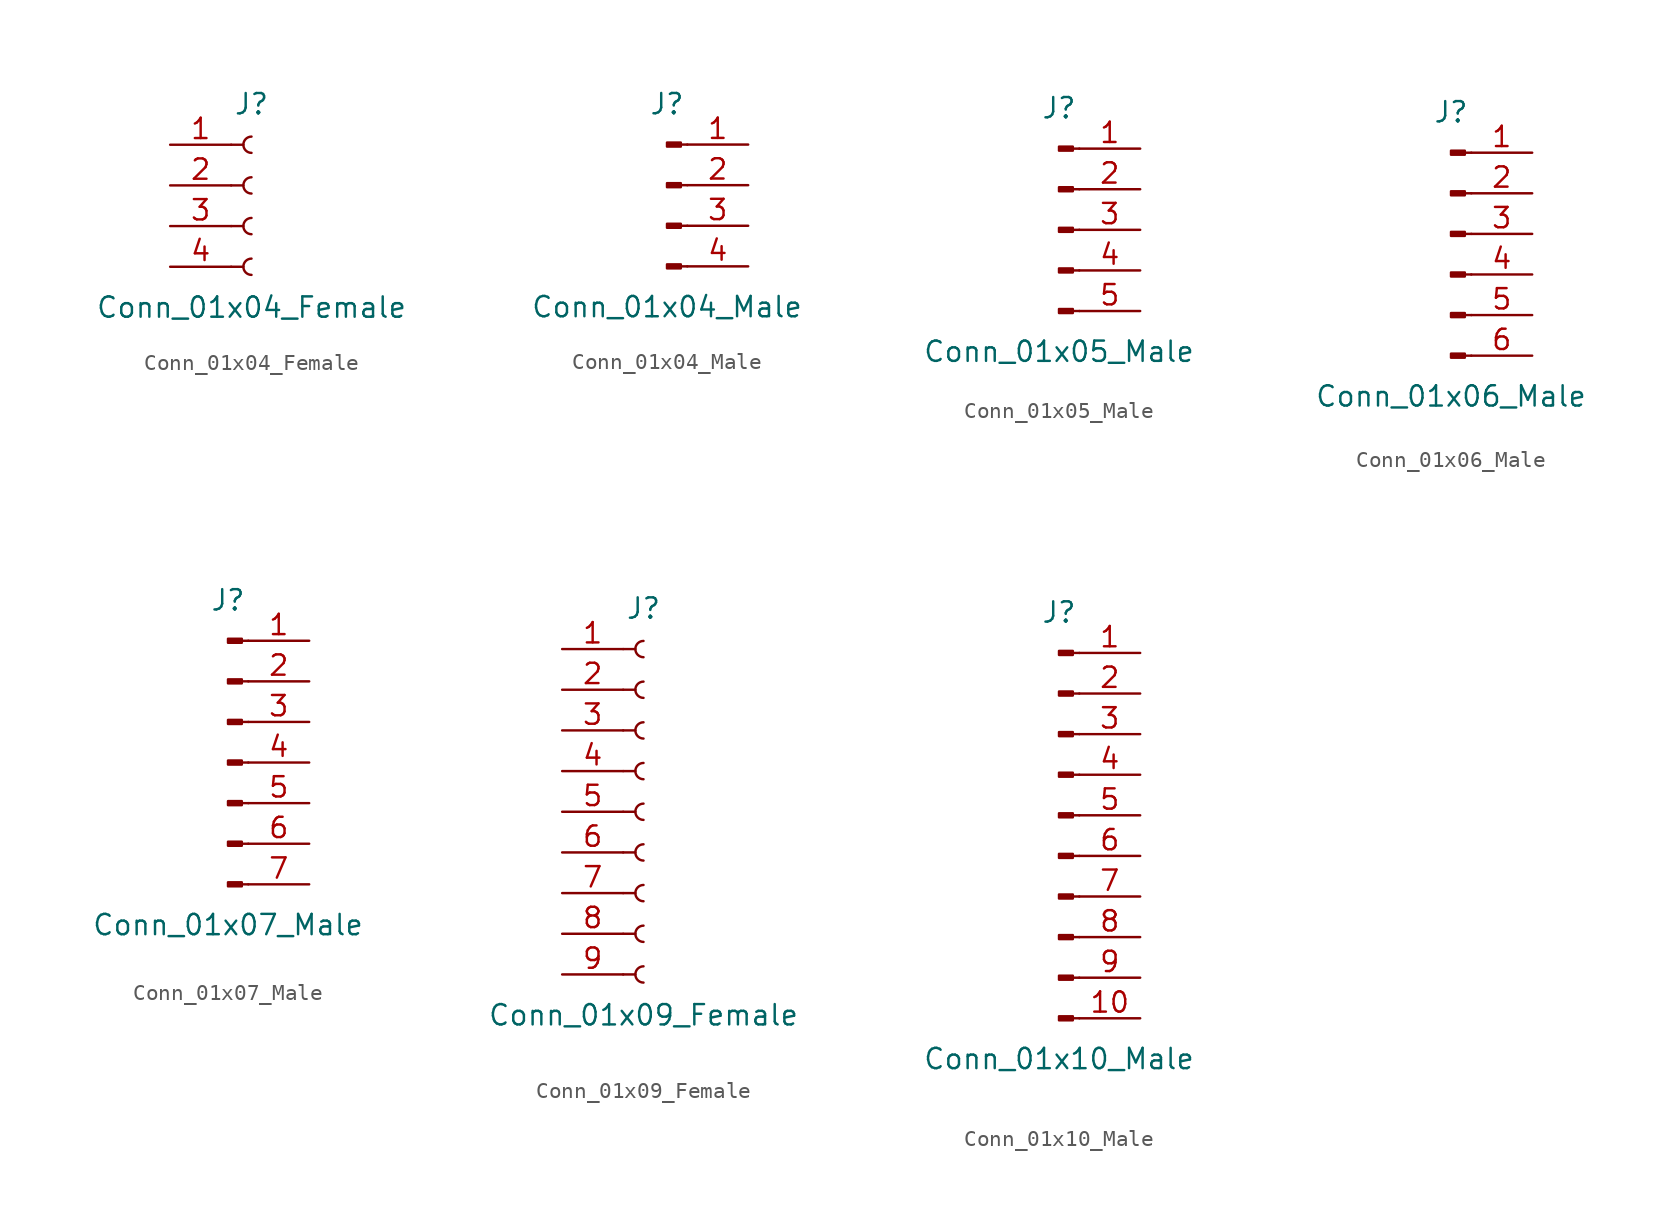
<source format=kicad_sym>
(kicad_symbol_lib
  (version 20201005)
  (generator kicad_symbol_editor)
  (symbol "Conn_01x04_Female"
    (pin_names
      (offset 1.016) hide)
    (property "Reference" "J"
      (at 0 5.08 0)
      (effects (font (size 1.27 1.27))))
    (property "Value" "Conn_01x04_Female"
      (at 0 -7.62 0)
      (effects (font (size 1.27 1.27))))
    (symbol "Conn_01x04_Female_1_1"
      (arc (start 0 -4.572) (end 0 -5.588) (radius (at 0 -5.08) (length 0.508) (angles 90.1 -90.1)) (stroke (width 0.1524)) (fill (type none)))
      (arc (start 0 -2.032) (end 0 -3.048) (radius (at 0 -2.54) (length 0.508) (angles 90.1 -90.1)) (stroke (width 0.1524)) (fill (type none)))
      (arc (start 0 0.508) (end 0 -0.508) (radius (at 0 0) (length 0.508) (angles 90.1 -90.1)) (stroke (width 0.1524)) (fill (type none)))
      (arc (start 0 3.048) (end 0 2.032) (radius (at 0 2.54) (length 0.508) (angles 90.1 -90.1)) (stroke (width 0.1524)) (fill (type none)))
      (polyline (pts (xy -1.27 -5.08) (xy -0.508 -5.08)) (stroke (width 0.152)) (fill (type none)))
      (polyline (pts (xy -1.27 -2.54) (xy -0.508 -2.54)) (stroke (width 0.152)) (fill (type none)))
      (polyline (pts (xy -1.27 0) (xy -0.508 0)) (stroke (width 0.152)) (fill (type none)))
      (polyline (pts (xy -1.27 2.54) (xy -0.508 2.54)) (stroke (width 0.152)) (fill (type none)))
      (pin passive line (at -5.08 2.54 0) (length 3.81) (name "Pin_1" (effects (font (size 1.27 1.27)))) (number "1" (effects (font (size 1.27 1.27)))))
      (pin passive line (at -5.08 0 0) (length 3.81) (name "Pin_2" (effects (font (size 1.27 1.27)))) (number "2" (effects (font (size 1.27 1.27)))))
      (pin passive line (at -5.08 -2.54 0) (length 3.81) (name "Pin_3" (effects (font (size 1.27 1.27)))) (number "3" (effects (font (size 1.27 1.27)))))
      (pin passive line (at -5.08 -5.08 0) (length 3.81) (name "Pin_4" (effects (font (size 1.27 1.27)))) (number "4" (effects (font (size 1.27 1.27)))))))
  (symbol "Conn_01x04_Male"
    (pin_names
      (offset 1.016) hide)
    (property "Reference" "J"
      (at 0 5.08 0)
      (effects (font (size 1.27 1.27))))
    (property "Value" "Conn_01x04_Male"
      (at 0 -7.62 0)
      (effects (font (size 1.27 1.27))))
    (symbol "Conn_01x04_Male_1_1"
      (rectangle (start 0.864 -4.953) (end 0 -5.207) (stroke (width 0.152)) (fill (type outline)))
      (rectangle (start 0.864 -2.413) (end 0 -2.667) (stroke (width 0.152)) (fill (type outline)))
      (rectangle (start 0.864 0.127) (end 0 -0.127) (stroke (width 0.152)) (fill (type outline)))
      (rectangle (start 0.864 2.667) (end 0 2.413) (stroke (width 0.152)) (fill (type outline)))
      (polyline (pts (xy 1.27 -5.08) (xy 0.864 -5.08)) (stroke (width 0.152)) (fill (type none)))
      (polyline (pts (xy 1.27 -2.54) (xy 0.864 -2.54)) (stroke (width 0.152)) (fill (type none)))
      (polyline (pts (xy 1.27 0) (xy 0.864 0)) (stroke (width 0.152)) (fill (type none)))
      (polyline (pts (xy 1.27 2.54) (xy 0.864 2.54)) (stroke (width 0.152)) (fill (type none)))
      (pin passive line (at 5.08 2.54 180) (length 3.81) (name "Pin_1" (effects (font (size 1.27 1.27)))) (number "1" (effects (font (size 1.27 1.27)))))
      (pin passive line (at 5.08 0 180) (length 3.81) (name "Pin_2" (effects (font (size 1.27 1.27)))) (number "2" (effects (font (size 1.27 1.27)))))
      (pin passive line (at 5.08 -2.54 180) (length 3.81) (name "Pin_3" (effects (font (size 1.27 1.27)))) (number "3" (effects (font (size 1.27 1.27)))))
      (pin passive line (at 5.08 -5.08 180) (length 3.81) (name "Pin_4" (effects (font (size 1.27 1.27)))) (number "4" (effects (font (size 1.27 1.27)))))))
  (symbol "Conn_01x05_Male"
    (pin_names
      (offset 1.016) hide)
    (property "Reference" "J"
      (at 0 7.62 0)
      (effects (font (size 1.27 1.27))))
    (property "Value" "Conn_01x05_Male"
      (at 0 -7.62 0)
      (effects (font (size 1.27 1.27))))
    (symbol "Conn_01x05_Male_1_1"
      (rectangle (start 0.864 -4.953) (end 0 -5.207) (stroke (width 0.152)) (fill (type outline)))
      (rectangle (start 0.864 -2.413) (end 0 -2.667) (stroke (width 0.152)) (fill (type outline)))
      (rectangle (start 0.864 0.127) (end 0 -0.127) (stroke (width 0.152)) (fill (type outline)))
      (rectangle (start 0.864 2.667) (end 0 2.413) (stroke (width 0.152)) (fill (type outline)))
      (rectangle (start 0.864 5.207) (end 0 4.953) (stroke (width 0.152)) (fill (type outline)))
      (polyline (pts (xy 1.27 -5.08) (xy 0.864 -5.08)) (stroke (width 0.152)) (fill (type none)))
      (polyline (pts (xy 1.27 -2.54) (xy 0.864 -2.54)) (stroke (width 0.152)) (fill (type none)))
      (polyline (pts (xy 1.27 0) (xy 0.864 0)) (stroke (width 0.152)) (fill (type none)))
      (polyline (pts (xy 1.27 2.54) (xy 0.864 2.54)) (stroke (width 0.152)) (fill (type none)))
      (polyline (pts (xy 1.27 5.08) (xy 0.864 5.08)) (stroke (width 0.152)) (fill (type none)))
      (pin passive line (at 5.08 5.08 180) (length 3.81) (name "Pin_1" (effects (font (size 1.27 1.27)))) (number "1" (effects (font (size 1.27 1.27)))))
      (pin passive line (at 5.08 2.54 180) (length 3.81) (name "Pin_2" (effects (font (size 1.27 1.27)))) (number "2" (effects (font (size 1.27 1.27)))))
      (pin passive line (at 5.08 0 180) (length 3.81) (name "Pin_3" (effects (font (size 1.27 1.27)))) (number "3" (effects (font (size 1.27 1.27)))))
      (pin passive line (at 5.08 -2.54 180) (length 3.81) (name "Pin_4" (effects (font (size 1.27 1.27)))) (number "4" (effects (font (size 1.27 1.27)))))
      (pin passive line (at 5.08 -5.08 180) (length 3.81) (name "Pin_5" (effects (font (size 1.27 1.27)))) (number "5" (effects (font (size 1.27 1.27)))))))
  (symbol "Conn_01x06_Male"
    (pin_names
      (offset 1.016) hide)
    (property "Reference" "J"
      (at 0 7.62 0)
      (effects (font (size 1.27 1.27))))
    (property "Value" "Conn_01x06_Male"
      (at 0 -10.16 0)
      (effects (font (size 1.27 1.27))))
    (symbol "Conn_01x06_Male_1_1"
      (rectangle (start 0.864 -7.493) (end 0 -7.747) (stroke (width 0.152)) (fill (type outline)))
      (rectangle (start 0.864 -4.953) (end 0 -5.207) (stroke (width 0.152)) (fill (type outline)))
      (rectangle (start 0.864 -2.413) (end 0 -2.667) (stroke (width 0.152)) (fill (type outline)))
      (rectangle (start 0.864 0.127) (end 0 -0.127) (stroke (width 0.152)) (fill (type outline)))
      (rectangle (start 0.864 2.667) (end 0 2.413) (stroke (width 0.152)) (fill (type outline)))
      (rectangle (start 0.864 5.207) (end 0 4.953) (stroke (width 0.152)) (fill (type outline)))
      (polyline (pts (xy 1.27 -7.62) (xy 0.864 -7.62)) (stroke (width 0.152)) (fill (type none)))
      (polyline (pts (xy 1.27 -5.08) (xy 0.864 -5.08)) (stroke (width 0.152)) (fill (type none)))
      (polyline (pts (xy 1.27 -2.54) (xy 0.864 -2.54)) (stroke (width 0.152)) (fill (type none)))
      (polyline (pts (xy 1.27 0) (xy 0.864 0)) (stroke (width 0.152)) (fill (type none)))
      (polyline (pts (xy 1.27 2.54) (xy 0.864 2.54)) (stroke (width 0.152)) (fill (type none)))
      (polyline (pts (xy 1.27 5.08) (xy 0.864 5.08)) (stroke (width 0.152)) (fill (type none)))
      (pin passive line (at 5.08 5.08 180) (length 3.81) (name "Pin_1" (effects (font (size 1.27 1.27)))) (number "1" (effects (font (size 1.27 1.27)))))
      (pin passive line (at 5.08 2.54 180) (length 3.81) (name "Pin_2" (effects (font (size 1.27 1.27)))) (number "2" (effects (font (size 1.27 1.27)))))
      (pin passive line (at 5.08 0 180) (length 3.81) (name "Pin_3" (effects (font (size 1.27 1.27)))) (number "3" (effects (font (size 1.27 1.27)))))
      (pin passive line (at 5.08 -2.54 180) (length 3.81) (name "Pin_4" (effects (font (size 1.27 1.27)))) (number "4" (effects (font (size 1.27 1.27)))))
      (pin passive line (at 5.08 -5.08 180) (length 3.81) (name "Pin_5" (effects (font (size 1.27 1.27)))) (number "5" (effects (font (size 1.27 1.27)))))
      (pin passive line (at 5.08 -7.62 180) (length 3.81) (name "Pin_6" (effects (font (size 1.27 1.27)))) (number "6" (effects (font (size 1.27 1.27)))))))
  (symbol "Conn_01x07_Male"
    (pin_names
      (offset 1.016) hide)
    (property "Reference" "J"
      (at 0 10.16 0)
      (effects (font (size 1.27 1.27))))
    (property "Value" "Conn_01x07_Male"
      (at 0 -10.16 0)
      (effects (font (size 1.27 1.27))))
    (symbol "Conn_01x07_Male_1_1"
      (rectangle (start 0.864 -7.493) (end 0 -7.747) (stroke (width 0.152)) (fill (type outline)))
      (rectangle (start 0.864 -4.953) (end 0 -5.207) (stroke (width 0.152)) (fill (type outline)))
      (rectangle (start 0.864 -2.413) (end 0 -2.667) (stroke (width 0.152)) (fill (type outline)))
      (rectangle (start 0.864 0.127) (end 0 -0.127) (stroke (width 0.152)) (fill (type outline)))
      (rectangle (start 0.864 2.667) (end 0 2.413) (stroke (width 0.152)) (fill (type outline)))
      (rectangle (start 0.864 5.207) (end 0 4.953) (stroke (width 0.152)) (fill (type outline)))
      (rectangle (start 0.864 7.747) (end 0 7.493) (stroke (width 0.152)) (fill (type outline)))
      (polyline (pts (xy 1.27 -7.62) (xy 0.864 -7.62)) (stroke (width 0.152)) (fill (type none)))
      (polyline (pts (xy 1.27 -5.08) (xy 0.864 -5.08)) (stroke (width 0.152)) (fill (type none)))
      (polyline (pts (xy 1.27 -2.54) (xy 0.864 -2.54)) (stroke (width 0.152)) (fill (type none)))
      (polyline (pts (xy 1.27 0) (xy 0.864 0)) (stroke (width 0.152)) (fill (type none)))
      (polyline (pts (xy 1.27 2.54) (xy 0.864 2.54)) (stroke (width 0.152)) (fill (type none)))
      (polyline (pts (xy 1.27 5.08) (xy 0.864 5.08)) (stroke (width 0.152)) (fill (type none)))
      (polyline (pts (xy 1.27 7.62) (xy 0.864 7.62)) (stroke (width 0.152)) (fill (type none)))
      (pin passive line (at 5.08 7.62 180) (length 3.81) (name "Pin_1" (effects (font (size 1.27 1.27)))) (number "1" (effects (font (size 1.27 1.27)))))
      (pin passive line (at 5.08 5.08 180) (length 3.81) (name "Pin_2" (effects (font (size 1.27 1.27)))) (number "2" (effects (font (size 1.27 1.27)))))
      (pin passive line (at 5.08 2.54 180) (length 3.81) (name "Pin_3" (effects (font (size 1.27 1.27)))) (number "3" (effects (font (size 1.27 1.27)))))
      (pin passive line (at 5.08 0 180) (length 3.81) (name "Pin_4" (effects (font (size 1.27 1.27)))) (number "4" (effects (font (size 1.27 1.27)))))
      (pin passive line (at 5.08 -2.54 180) (length 3.81) (name "Pin_5" (effects (font (size 1.27 1.27)))) (number "5" (effects (font (size 1.27 1.27)))))
      (pin passive line (at 5.08 -5.08 180) (length 3.81) (name "Pin_6" (effects (font (size 1.27 1.27)))) (number "6" (effects (font (size 1.27 1.27)))))
      (pin passive line (at 5.08 -7.62 180) (length 3.81) (name "Pin_7" (effects (font (size 1.27 1.27)))) (number "7" (effects (font (size 1.27 1.27)))))))
  (symbol "Conn_01x09_Female"
    (pin_names
      (offset 1.016) hide)
    (property "Reference" "J"
      (at 0 12.7 0)
      (effects (font (size 1.27 1.27))))
    (property "Value" "Conn_01x09_Female"
      (at 0 -12.7 0)
      (effects (font (size 1.27 1.27))))
    (symbol "Conn_01x09_Female_1_1"
      (arc (start 0 -9.652) (end 0 -10.668) (radius (at 0 -10.16) (length 0.508) (angles 90.1 -90.1)) (stroke (width 0.1524)) (fill (type none)))
      (arc (start 0 -7.112) (end 0 -8.128) (radius (at 0 -7.62) (length 0.508) (angles 90.1 -90.1)) (stroke (width 0.1524)) (fill (type none)))
      (arc (start 0 -4.572) (end 0 -5.588) (radius (at 0 -5.08) (length 0.508) (angles 90.1 -90.1)) (stroke (width 0.1524)) (fill (type none)))
      (arc (start 0 -2.032) (end 0 -3.048) (radius (at 0 -2.54) (length 0.508) (angles 90.1 -90.1)) (stroke (width 0.1524)) (fill (type none)))
      (arc (start 0 0.508) (end 0 -0.508) (radius (at 0 0) (length 0.508) (angles 90.1 -90.1)) (stroke (width 0.1524)) (fill (type none)))
      (arc (start 0 3.048) (end 0 2.032) (radius (at 0 2.54) (length 0.508) (angles 90.1 -90.1)) (stroke (width 0.1524)) (fill (type none)))
      (arc (start 0 5.588) (end 0 4.572) (radius (at 0 5.08) (length 0.508) (angles 90.1 -90.1)) (stroke (width 0.1524)) (fill (type none)))
      (arc (start 0 8.128) (end 0 7.112) (radius (at 0 7.62) (length 0.508) (angles 90.1 -90.1)) (stroke (width 0.1524)) (fill (type none)))
      (arc (start 0 10.668) (end 0 9.652) (radius (at 0 10.16) (length 0.508) (angles 90.1 -90.1)) (stroke (width 0.1524)) (fill (type none)))
      (polyline (pts (xy -1.27 -10.16) (xy -0.508 -10.16)) (stroke (width 0.152)) (fill (type none)))
      (polyline (pts (xy -1.27 -7.62) (xy -0.508 -7.62)) (stroke (width 0.152)) (fill (type none)))
      (polyline (pts (xy -1.27 -5.08) (xy -0.508 -5.08)) (stroke (width 0.152)) (fill (type none)))
      (polyline (pts (xy -1.27 -2.54) (xy -0.508 -2.54)) (stroke (width 0.152)) (fill (type none)))
      (polyline (pts (xy -1.27 0) (xy -0.508 0)) (stroke (width 0.152)) (fill (type none)))
      (polyline (pts (xy -1.27 2.54) (xy -0.508 2.54)) (stroke (width 0.152)) (fill (type none)))
      (polyline (pts (xy -1.27 5.08) (xy -0.508 5.08)) (stroke (width 0.152)) (fill (type none)))
      (polyline (pts (xy -1.27 7.62) (xy -0.508 7.62)) (stroke (width 0.152)) (fill (type none)))
      (polyline (pts (xy -1.27 10.16) (xy -0.508 10.16)) (stroke (width 0.152)) (fill (type none)))
      (pin passive line (at -5.08 10.16 0) (length 3.81) (name "Pin_1" (effects (font (size 1.27 1.27)))) (number "1" (effects (font (size 1.27 1.27)))))
      (pin passive line (at -5.08 7.62 0) (length 3.81) (name "Pin_2" (effects (font (size 1.27 1.27)))) (number "2" (effects (font (size 1.27 1.27)))))
      (pin passive line (at -5.08 5.08 0) (length 3.81) (name "Pin_3" (effects (font (size 1.27 1.27)))) (number "3" (effects (font (size 1.27 1.27)))))
      (pin passive line (at -5.08 2.54 0) (length 3.81) (name "Pin_4" (effects (font (size 1.27 1.27)))) (number "4" (effects (font (size 1.27 1.27)))))
      (pin passive line (at -5.08 0 0) (length 3.81) (name "Pin_5" (effects (font (size 1.27 1.27)))) (number "5" (effects (font (size 1.27 1.27)))))
      (pin passive line (at -5.08 -2.54 0) (length 3.81) (name "Pin_6" (effects (font (size 1.27 1.27)))) (number "6" (effects (font (size 1.27 1.27)))))
      (pin passive line (at -5.08 -5.08 0) (length 3.81) (name "Pin_7" (effects (font (size 1.27 1.27)))) (number "7" (effects (font (size 1.27 1.27)))))
      (pin passive line (at -5.08 -7.62 0) (length 3.81) (name "Pin_8" (effects (font (size 1.27 1.27)))) (number "8" (effects (font (size 1.27 1.27)))))
      (pin passive line (at -5.08 -10.16 0) (length 3.81) (name "Pin_9" (effects (font (size 1.27 1.27)))) (number "9" (effects (font (size 1.27 1.27)))))))
  (symbol "Conn_01x10_Male"
    (pin_names
      (offset 1.016) hide)
    (property "Reference" "J"
      (at 0 12.7 0)
      (effects (font (size 1.27 1.27))))
    (property "Value" "Conn_01x10_Male"
      (at 0 -15.24 0)
      (effects (font (size 1.27 1.27))))
    (symbol "Conn_01x10_Male_1_1"
      (rectangle (start 0.864 -12.573) (end 0 -12.827) (stroke (width 0.152)) (fill (type outline)))
      (rectangle (start 0.864 -10.033) (end 0 -10.287) (stroke (width 0.152)) (fill (type outline)))
      (rectangle (start 0.864 -7.493) (end 0 -7.747) (stroke (width 0.152)) (fill (type outline)))
      (rectangle (start 0.864 -4.953) (end 0 -5.207) (stroke (width 0.152)) (fill (type outline)))
      (rectangle (start 0.864 -2.413) (end 0 -2.667) (stroke (width 0.152)) (fill (type outline)))
      (rectangle (start 0.864 0.127) (end 0 -0.127) (stroke (width 0.152)) (fill (type outline)))
      (rectangle (start 0.864 2.667) (end 0 2.413) (stroke (width 0.152)) (fill (type outline)))
      (rectangle (start 0.864 5.207) (end 0 4.953) (stroke (width 0.152)) (fill (type outline)))
      (rectangle (start 0.864 7.747) (end 0 7.493) (stroke (width 0.152)) (fill (type outline)))
      (rectangle (start 0.864 10.287) (end 0 10.033) (stroke (width 0.152)) (fill (type outline)))
      (polyline (pts (xy 1.27 -12.7) (xy 0.864 -12.7)) (stroke (width 0.152)) (fill (type none)))
      (polyline (pts (xy 1.27 -10.16) (xy 0.864 -10.16)) (stroke (width 0.152)) (fill (type none)))
      (polyline (pts (xy 1.27 -7.62) (xy 0.864 -7.62)) (stroke (width 0.152)) (fill (type none)))
      (polyline (pts (xy 1.27 -5.08) (xy 0.864 -5.08)) (stroke (width 0.152)) (fill (type none)))
      (polyline (pts (xy 1.27 -2.54) (xy 0.864 -2.54)) (stroke (width 0.152)) (fill (type none)))
      (polyline (pts (xy 1.27 0) (xy 0.864 0)) (stroke (width 0.152)) (fill (type none)))
      (polyline (pts (xy 1.27 2.54) (xy 0.864 2.54)) (stroke (width 0.152)) (fill (type none)))
      (polyline (pts (xy 1.27 5.08) (xy 0.864 5.08)) (stroke (width 0.152)) (fill (type none)))
      (polyline (pts (xy 1.27 7.62) (xy 0.864 7.62)) (stroke (width 0.152)) (fill (type none)))
      (polyline (pts (xy 1.27 10.16) (xy 0.864 10.16)) (stroke (width 0.152)) (fill (type none)))
      (pin passive line (at 5.08 10.16 180) (length 3.81) (name "Pin_1" (effects (font (size 1.27 1.27)))) (number "1" (effects (font (size 1.27 1.27)))))
      (pin passive line (at 5.08 -12.7 180) (length 3.81) (name "Pin_10" (effects (font (size 1.27 1.27)))) (number "10" (effects (font (size 1.27 1.27)))))
      (pin passive line (at 5.08 7.62 180) (length 3.81) (name "Pin_2" (effects (font (size 1.27 1.27)))) (number "2" (effects (font (size 1.27 1.27)))))
      (pin passive line (at 5.08 5.08 180) (length 3.81) (name "Pin_3" (effects (font (size 1.27 1.27)))) (number "3" (effects (font (size 1.27 1.27)))))
      (pin passive line (at 5.08 2.54 180) (length 3.81) (name "Pin_4" (effects (font (size 1.27 1.27)))) (number "4" (effects (font (size 1.27 1.27)))))
      (pin passive line (at 5.08 0 180) (length 3.81) (name "Pin_5" (effects (font (size 1.27 1.27)))) (number "5" (effects (font (size 1.27 1.27)))))
      (pin passive line (at 5.08 -2.54 180) (length 3.81) (name "Pin_6" (effects (font (size 1.27 1.27)))) (number "6" (effects (font (size 1.27 1.27)))))
      (pin passive line (at 5.08 -5.08 180) (length 3.81) (name "Pin_7" (effects (font (size 1.27 1.27)))) (number "7" (effects (font (size 1.27 1.27)))))
      (pin passive line (at 5.08 -7.62 180) (length 3.81) (name "Pin_8" (effects (font (size 1.27 1.27)))) (number "8" (effects (font (size 1.27 1.27)))))
      (pin passive line (at 5.08 -10.16 180) (length 3.81) (name "Pin_9" (effects (font (size 1.27 1.27)))) (number "9" (effects (font (size 1.27 1.27))))))))
</source>
